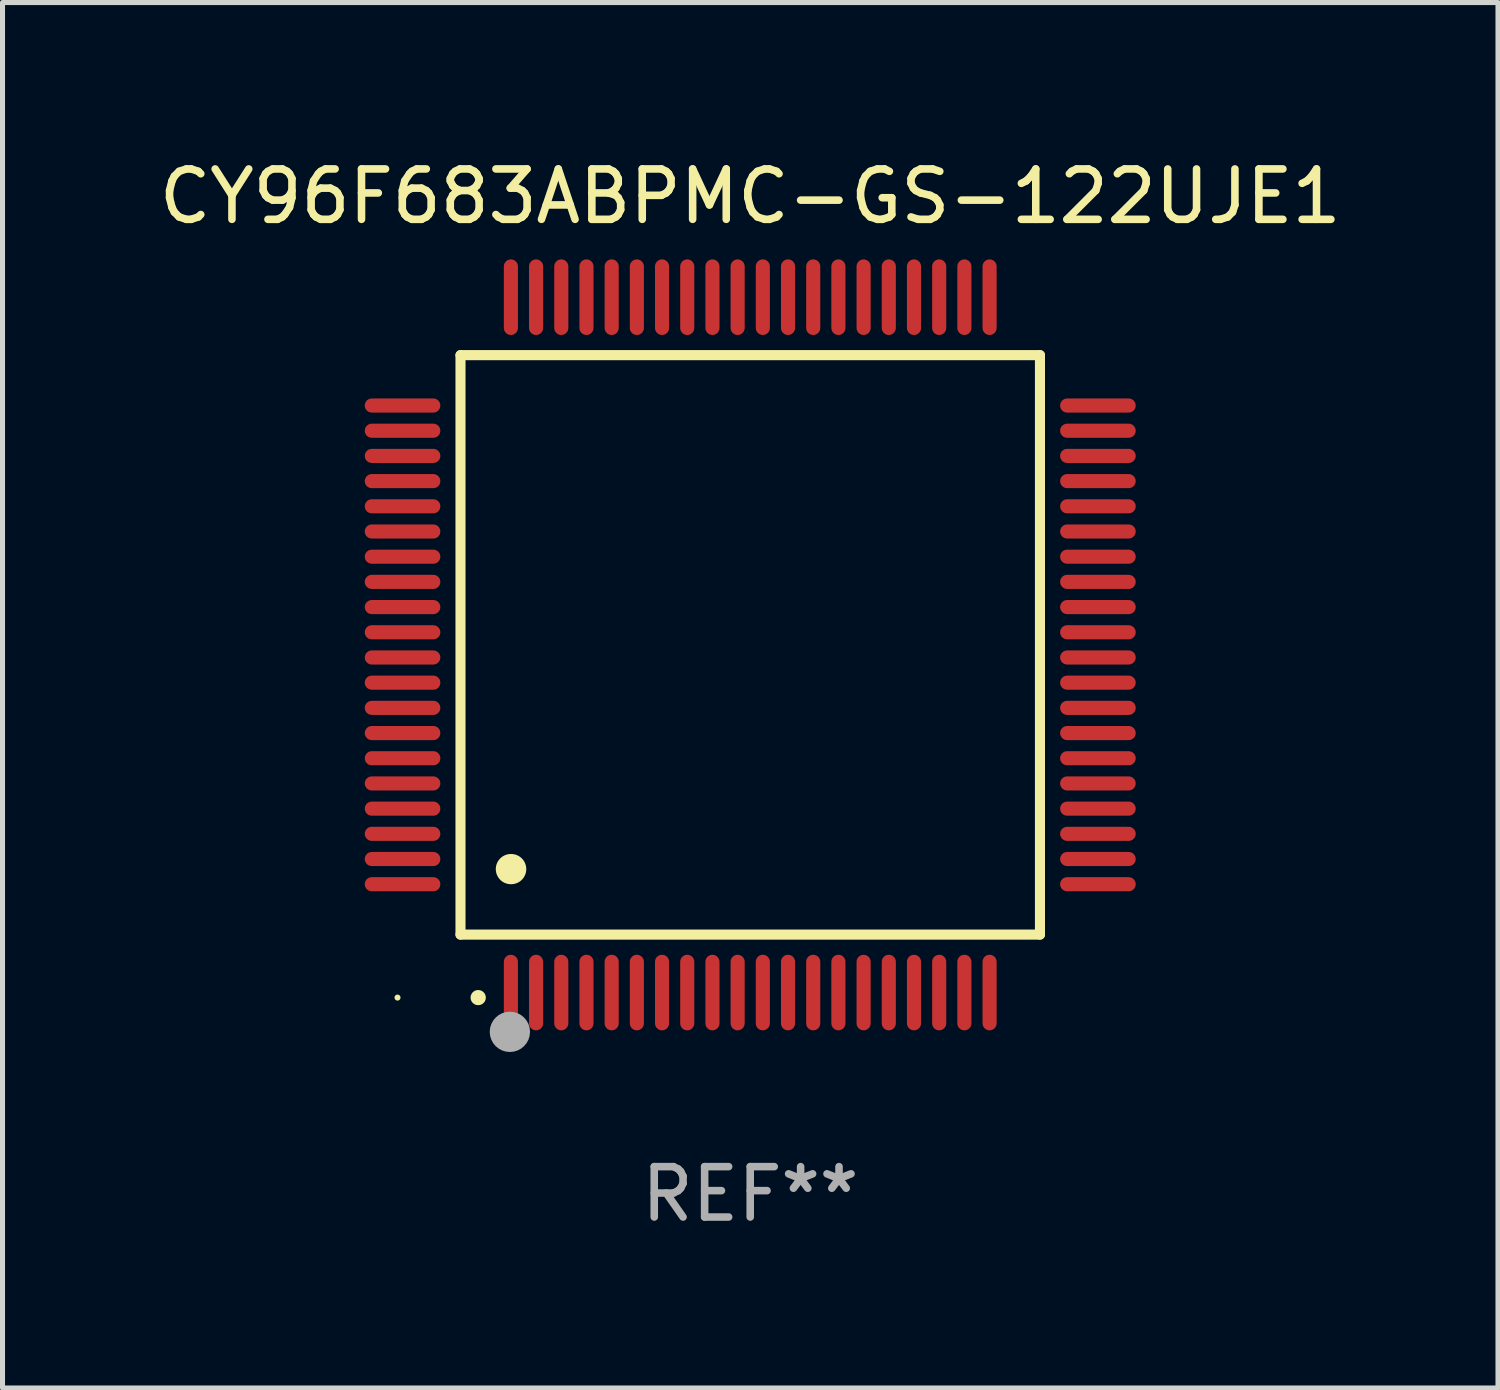
<source format=kicad_pcb>
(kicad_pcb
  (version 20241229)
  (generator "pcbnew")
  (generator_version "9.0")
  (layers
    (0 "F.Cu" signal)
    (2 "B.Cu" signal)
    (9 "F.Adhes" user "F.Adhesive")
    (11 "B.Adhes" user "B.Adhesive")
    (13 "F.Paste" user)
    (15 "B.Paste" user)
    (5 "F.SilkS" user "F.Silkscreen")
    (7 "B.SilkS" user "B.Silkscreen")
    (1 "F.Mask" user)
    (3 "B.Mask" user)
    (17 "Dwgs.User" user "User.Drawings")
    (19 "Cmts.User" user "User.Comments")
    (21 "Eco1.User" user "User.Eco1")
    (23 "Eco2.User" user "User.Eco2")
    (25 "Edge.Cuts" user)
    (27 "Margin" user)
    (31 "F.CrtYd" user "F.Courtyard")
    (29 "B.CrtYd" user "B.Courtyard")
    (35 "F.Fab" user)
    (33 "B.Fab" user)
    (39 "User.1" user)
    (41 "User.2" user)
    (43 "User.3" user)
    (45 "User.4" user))
  (footprint "CY96F683ABPMC-GS-122UJE1"
    (layer "F.Cu")
    (at 11.839 9.748)
    (property "Reference" "CY96F683ABPMC-GS-122UJE1" (at 0 -8.9 0) (layer "F.SilkS") (effects (font (size 1 1) (thickness 0.15))))
    (attr through_hole)
    (fp_line (start -5.75 -5.75) (end 5.75 -5.75) (stroke (width 0.2) (type solid)) (layer "F.SilkS"))
    (fp_line (start -5.75 5.75) (end -5.75 -5.75) (stroke (width 0.2) (type solid)) (layer "F.SilkS"))
    (fp_line (start 5.75 -5.75) (end 5.75 5.75) (stroke (width 0.2) (type solid)) (layer "F.SilkS"))
    (fp_line (start 5.75 5.75) (end -5.75 5.75) (stroke (width 0.2) (type solid)) (layer "F.SilkS"))
    (fp_arc (start -5.400051 7.000254) (mid -5.398781 7.000249) (end -5.397511 7.000254) (stroke (width 0.3) (type solid)) (layer "F.SilkS"))
    (fp_arc (start -4.749809 4.450089) (mid -4.747269 4.450078) (end -4.744729 4.450089) (stroke (width 0.6) (type solid)) (layer "F.SilkS"))
    (fp_circle (center -7 7) (end -6.97 7) (stroke (width 0.06) (type solid)) (fill no) (layer "F.SilkS"))
    (fp_circle (center -4.77 7.68) (end -4.57 7.68) (stroke (width 0.4) (type solid)) (fill no) (layer "F.Fab"))
    (fp_text user "REF**" (at 0 10.9 0) (layer "F.Fab") (effects (font (size 1 1) (thickness 0.15))))
    (pad "1" smd oval (at -4.75 6.9) (size 0.28 1.5) (layers "F.Cu" "F.Mask" "F.Paste"))
    (pad "2" smd oval (at -4.25 6.9) (size 0.28 1.5) (layers "F.Cu" "F.Mask" "F.Paste"))
    (pad "3" smd oval (at -3.75 6.9) (size 0.28 1.5) (layers "F.Cu" "F.Mask" "F.Paste"))
    (pad "4" smd oval (at -3.25 6.9) (size 0.28 1.5) (layers "F.Cu" "F.Mask" "F.Paste"))
    (pad "5" smd oval (at -2.75 6.9) (size 0.28 1.5) (layers "F.Cu" "F.Mask" "F.Paste"))
    (pad "6" smd oval (at -2.25 6.9) (size 0.28 1.5) (layers "F.Cu" "F.Mask" "F.Paste"))
    (pad "7" smd oval (at -1.75 6.9) (size 0.28 1.5) (layers "F.Cu" "F.Mask" "F.Paste"))
    (pad "8" smd oval (at -1.25 6.9) (size 0.28 1.5) (layers "F.Cu" "F.Mask" "F.Paste"))
    (pad "9" smd oval (at -0.75 6.9) (size 0.28 1.5) (layers "F.Cu" "F.Mask" "F.Paste"))
    (pad "10" smd oval (at -0.25 6.9) (size 0.28 1.5) (layers "F.Cu" "F.Mask" "F.Paste"))
    (pad "11" smd oval (at 0.25 6.9) (size 0.28 1.5) (layers "F.Cu" "F.Mask" "F.Paste"))
    (pad "12" smd oval (at 0.75 6.9) (size 0.28 1.5) (layers "F.Cu" "F.Mask" "F.Paste"))
    (pad "13" smd oval (at 1.25 6.9) (size 0.28 1.5) (layers "F.Cu" "F.Mask" "F.Paste"))
    (pad "14" smd oval (at 1.75 6.9) (size 0.28 1.5) (layers "F.Cu" "F.Mask" "F.Paste"))
    (pad "15" smd oval (at 2.25 6.9) (size 0.28 1.5) (layers "F.Cu" "F.Mask" "F.Paste"))
    (pad "16" smd oval (at 2.75 6.9) (size 0.28 1.5) (layers "F.Cu" "F.Mask" "F.Paste"))
    (pad "17" smd oval (at 3.25 6.9) (size 0.28 1.5) (layers "F.Cu" "F.Mask" "F.Paste"))
    (pad "18" smd oval (at 3.75 6.9) (size 0.28 1.5) (layers "F.Cu" "F.Mask" "F.Paste"))
    (pad "19" smd oval (at 4.25 6.9) (size 0.28 1.5) (layers "F.Cu" "F.Mask" "F.Paste"))
    (pad "20" smd oval (at 4.75 6.9) (size 0.28 1.5) (layers "F.Cu" "F.Mask" "F.Paste"))
    (pad "21" smd oval (at 6.9 4.75) (size 1.5 0.28) (layers "F.Cu" "F.Mask" "F.Paste"))
    (pad "22" smd oval (at 6.9 4.25) (size 1.5 0.28) (layers "F.Cu" "F.Mask" "F.Paste"))
    (pad "23" smd oval (at 6.9 3.75) (size 1.5 0.28) (layers "F.Cu" "F.Mask" "F.Paste"))
    (pad "24" smd oval (at 6.9 3.25) (size 1.5 0.28) (layers "F.Cu" "F.Mask" "F.Paste"))
    (pad "25" smd oval (at 6.9 2.75) (size 1.5 0.28) (layers "F.Cu" "F.Mask" "F.Paste"))
    (pad "26" smd oval (at 6.9 2.25) (size 1.5 0.28) (layers "F.Cu" "F.Mask" "F.Paste"))
    (pad "27" smd oval (at 6.9 1.75) (size 1.5 0.28) (layers "F.Cu" "F.Mask" "F.Paste"))
    (pad "28" smd oval (at 6.9 1.25) (size 1.5 0.28) (layers "F.Cu" "F.Mask" "F.Paste"))
    (pad "29" smd oval (at 6.9 0.75) (size 1.5 0.28) (layers "F.Cu" "F.Mask" "F.Paste"))
    (pad "30" smd oval (at 6.9 0.25) (size 1.5 0.28) (layers "F.Cu" "F.Mask" "F.Paste"))
    (pad "31" smd oval (at 6.9 -0.25) (size 1.5 0.28) (layers "F.Cu" "F.Mask" "F.Paste"))
    (pad "32" smd oval (at 6.9 -0.75) (size 1.5 0.28) (layers "F.Cu" "F.Mask" "F.Paste"))
    (pad "33" smd oval (at 6.9 -1.25) (size 1.5 0.28) (layers "F.Cu" "F.Mask" "F.Paste"))
    (pad "34" smd oval (at 6.9 -1.75) (size 1.5 0.28) (layers "F.Cu" "F.Mask" "F.Paste"))
    (pad "35" smd oval (at 6.9 -2.25) (size 1.5 0.28) (layers "F.Cu" "F.Mask" "F.Paste"))
    (pad "36" smd oval (at 6.9 -2.75) (size 1.5 0.28) (layers "F.Cu" "F.Mask" "F.Paste"))
    (pad "37" smd oval (at 6.9 -3.25) (size 1.5 0.28) (layers "F.Cu" "F.Mask" "F.Paste"))
    (pad "38" smd oval (at 6.9 -3.75) (size 1.5 0.28) (layers "F.Cu" "F.Mask" "F.Paste"))
    (pad "39" smd oval (at 6.9 -4.25) (size 1.5 0.28) (layers "F.Cu" "F.Mask" "F.Paste"))
    (pad "40" smd oval (at 6.9 -4.75) (size 1.5 0.28) (layers "F.Cu" "F.Mask" "F.Paste"))
    (pad "41" smd oval (at 4.75 -6.9) (size 0.28 1.5) (layers "F.Cu" "F.Mask" "F.Paste"))
    (pad "42" smd oval (at 4.25 -6.9) (size 0.28 1.5) (layers "F.Cu" "F.Mask" "F.Paste"))
    (pad "43" smd oval (at 3.75 -6.9) (size 0.28 1.5) (layers "F.Cu" "F.Mask" "F.Paste"))
    (pad "44" smd oval (at 3.25 -6.9) (size 0.28 1.5) (layers "F.Cu" "F.Mask" "F.Paste"))
    (pad "45" smd oval (at 2.75 -6.9) (size 0.28 1.5) (layers "F.Cu" "F.Mask" "F.Paste"))
    (pad "46" smd oval (at 2.25 -6.9) (size 0.28 1.5) (layers "F.Cu" "F.Mask" "F.Paste"))
    (pad "47" smd oval (at 1.75 -6.9) (size 0.28 1.5) (layers "F.Cu" "F.Mask" "F.Paste"))
    (pad "48" smd oval (at 1.25 -6.9) (size 0.28 1.5) (layers "F.Cu" "F.Mask" "F.Paste"))
    (pad "49" smd oval (at 0.75 -6.9) (size 0.28 1.5) (layers "F.Cu" "F.Mask" "F.Paste"))
    (pad "50" smd oval (at 0.25 -6.9) (size 0.28 1.5) (layers "F.Cu" "F.Mask" "F.Paste"))
    (pad "51" smd oval (at -0.25 -6.9) (size 0.28 1.5) (layers "F.Cu" "F.Mask" "F.Paste"))
    (pad "52" smd oval (at -0.75 -6.9) (size 0.28 1.5) (layers "F.Cu" "F.Mask" "F.Paste"))
    (pad "53" smd oval (at -1.25 -6.9) (size 0.28 1.5) (layers "F.Cu" "F.Mask" "F.Paste"))
    (pad "54" smd oval (at -1.75 -6.9) (size 0.28 1.5) (layers "F.Cu" "F.Mask" "F.Paste"))
    (pad "55" smd oval (at -2.25 -6.9) (size 0.28 1.5) (layers "F.Cu" "F.Mask" "F.Paste"))
    (pad "56" smd oval (at -2.75 -6.9) (size 0.28 1.5) (layers "F.Cu" "F.Mask" "F.Paste"))
    (pad "57" smd oval (at -3.25 -6.9) (size 0.28 1.5) (layers "F.Cu" "F.Mask" "F.Paste"))
    (pad "58" smd oval (at -3.75 -6.9) (size 0.28 1.5) (layers "F.Cu" "F.Mask" "F.Paste"))
    (pad "59" smd oval (at -4.25 -6.9) (size 0.28 1.5) (layers "F.Cu" "F.Mask" "F.Paste"))
    (pad "60" smd oval (at -4.75 -6.9) (size 0.28 1.5) (layers "F.Cu" "F.Mask" "F.Paste"))
    (pad "61" smd oval (at -6.9 -4.75) (size 1.5 0.28) (layers "F.Cu" "F.Mask" "F.Paste"))
    (pad "62" smd oval (at -6.9 -4.25) (size 1.5 0.28) (layers "F.Cu" "F.Mask" "F.Paste"))
    (pad "63" smd oval (at -6.9 -3.75) (size 1.5 0.28) (layers "F.Cu" "F.Mask" "F.Paste"))
    (pad "64" smd oval (at -6.9 -3.25) (size 1.5 0.28) (layers "F.Cu" "F.Mask" "F.Paste"))
    (pad "65" smd oval (at -6.9 -2.75) (size 1.5 0.28) (layers "F.Cu" "F.Mask" "F.Paste"))
    (pad "66" smd oval (at -6.9 -2.25) (size 1.5 0.28) (layers "F.Cu" "F.Mask" "F.Paste"))
    (pad "67" smd oval (at -6.9 -1.75) (size 1.5 0.28) (layers "F.Cu" "F.Mask" "F.Paste"))
    (pad "68" smd oval (at -6.9 -1.25) (size 1.5 0.28) (layers "F.Cu" "F.Mask" "F.Paste"))
    (pad "69" smd oval (at -6.9 -0.75) (size 1.5 0.28) (layers "F.Cu" "F.Mask" "F.Paste"))
    (pad "70" smd oval (at -6.9 -0.25) (size 1.5 0.28) (layers "F.Cu" "F.Mask" "F.Paste"))
    (pad "71" smd oval (at -6.9 0.25) (size 1.5 0.28) (layers "F.Cu" "F.Mask" "F.Paste"))
    (pad "72" smd oval (at -6.9 0.75) (size 1.5 0.28) (layers "F.Cu" "F.Mask" "F.Paste"))
    (pad "73" smd oval (at -6.9 1.25) (size 1.5 0.28) (layers "F.Cu" "F.Mask" "F.Paste"))
    (pad "74" smd oval (at -6.9 1.75) (size 1.5 0.28) (layers "F.Cu" "F.Mask" "F.Paste"))
    (pad "75" smd oval (at -6.9 2.25) (size 1.5 0.28) (layers "F.Cu" "F.Mask" "F.Paste"))
    (pad "76" smd oval (at -6.9 2.75) (size 1.5 0.28) (layers "F.Cu" "F.Mask" "F.Paste"))
    (pad "77" smd oval (at -6.9 3.25) (size 1.5 0.28) (layers "F.Cu" "F.Mask" "F.Paste"))
    (pad "78" smd oval (at -6.9 3.75) (size 1.5 0.28) (layers "F.Cu" "F.Mask" "F.Paste"))
    (pad "79" smd oval (at -6.9 4.25) (size 1.5 0.28) (layers "F.Cu" "F.Mask" "F.Paste"))
    (pad "80" smd oval (at -6.9 4.75) (size 1.5 0.28) (layers "F.Cu" "F.Mask" "F.Paste")))
  (gr_rect
    (start -3 -3)
    (end 26.679 24.496)
    (stroke (width 0.1) (type default))
    (fill no)
    (layer "Edge.Cuts")))
</source>
